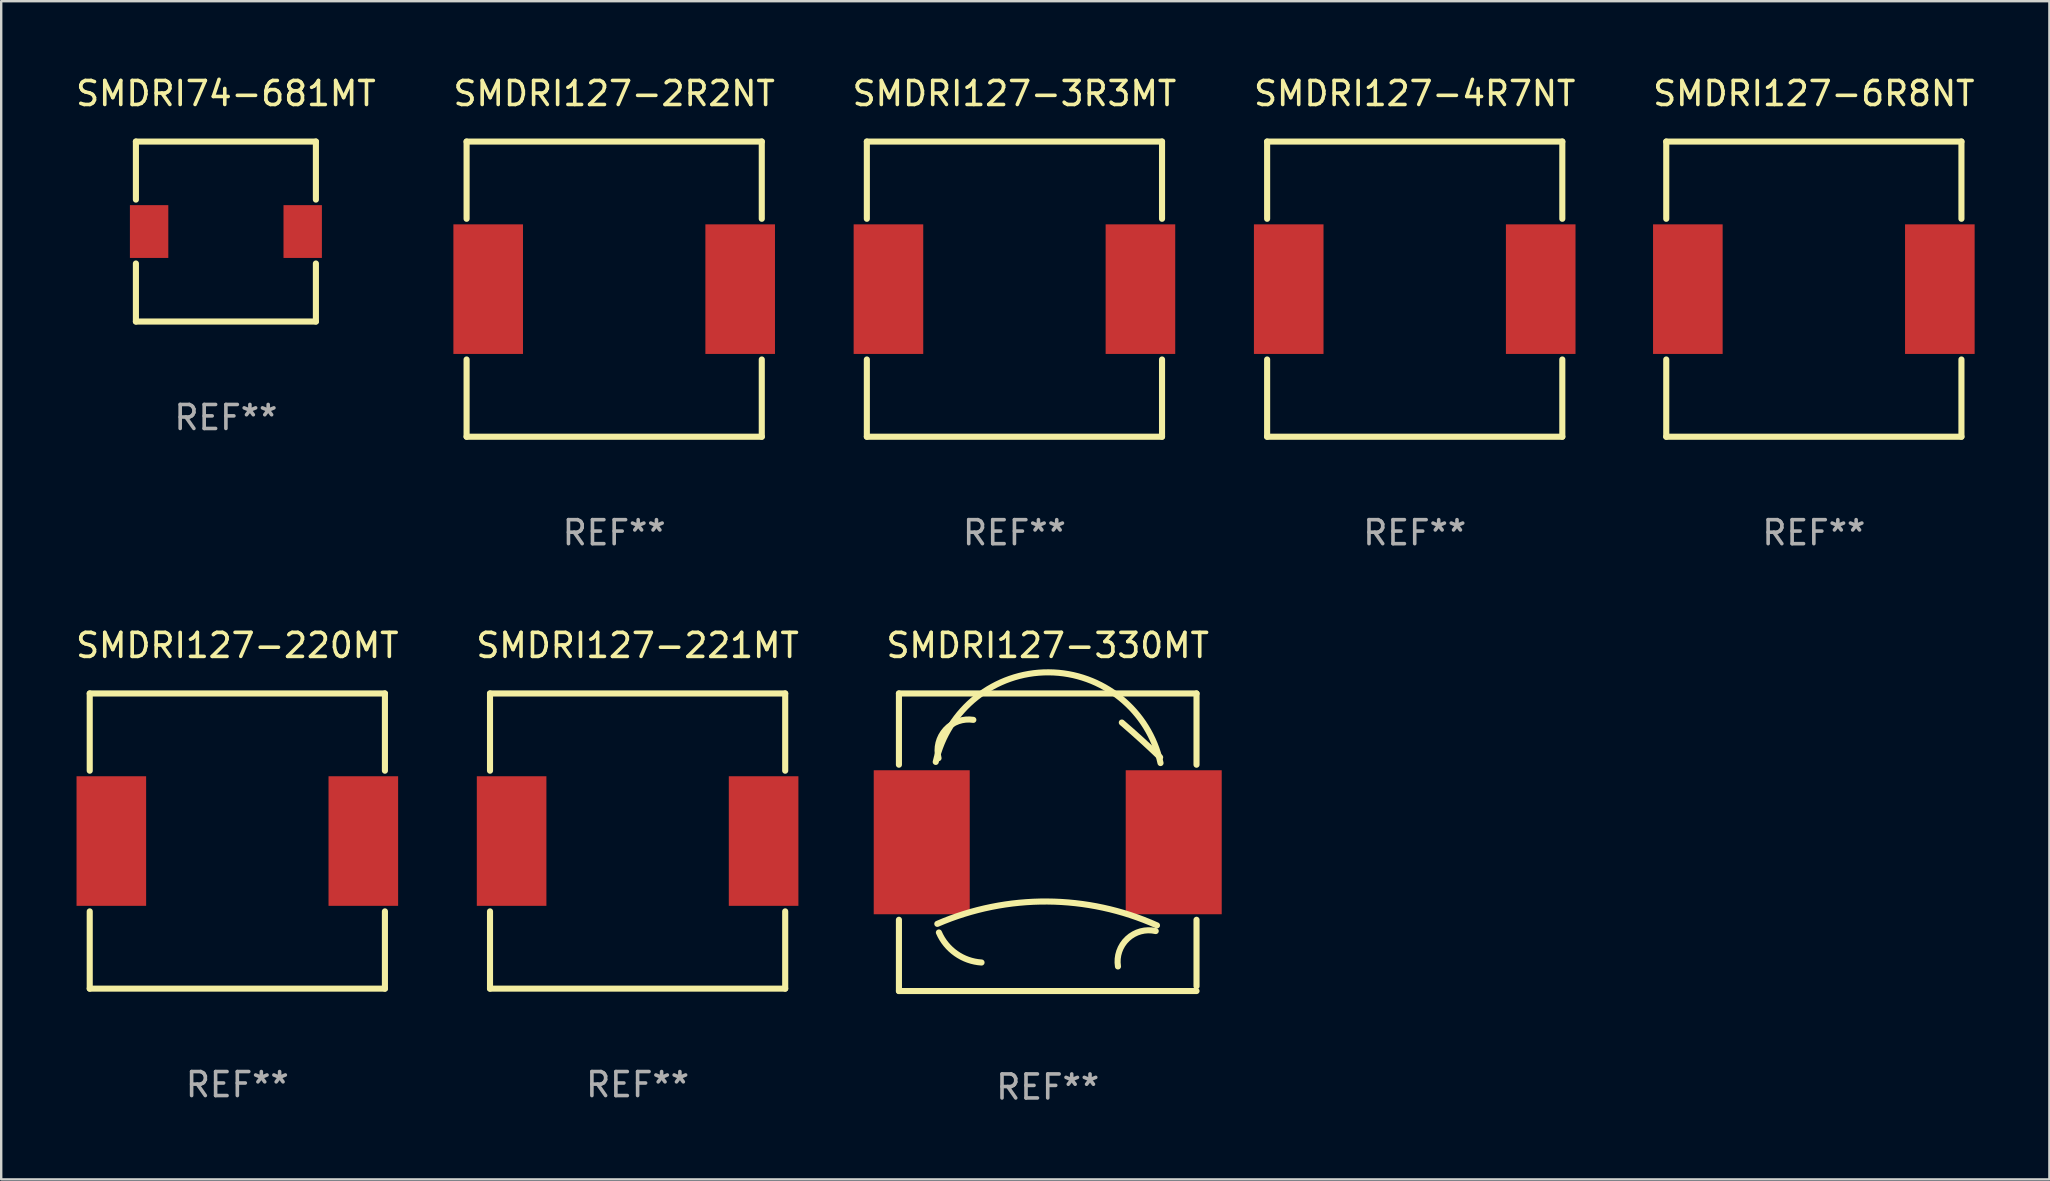
<source format=kicad_pcb>
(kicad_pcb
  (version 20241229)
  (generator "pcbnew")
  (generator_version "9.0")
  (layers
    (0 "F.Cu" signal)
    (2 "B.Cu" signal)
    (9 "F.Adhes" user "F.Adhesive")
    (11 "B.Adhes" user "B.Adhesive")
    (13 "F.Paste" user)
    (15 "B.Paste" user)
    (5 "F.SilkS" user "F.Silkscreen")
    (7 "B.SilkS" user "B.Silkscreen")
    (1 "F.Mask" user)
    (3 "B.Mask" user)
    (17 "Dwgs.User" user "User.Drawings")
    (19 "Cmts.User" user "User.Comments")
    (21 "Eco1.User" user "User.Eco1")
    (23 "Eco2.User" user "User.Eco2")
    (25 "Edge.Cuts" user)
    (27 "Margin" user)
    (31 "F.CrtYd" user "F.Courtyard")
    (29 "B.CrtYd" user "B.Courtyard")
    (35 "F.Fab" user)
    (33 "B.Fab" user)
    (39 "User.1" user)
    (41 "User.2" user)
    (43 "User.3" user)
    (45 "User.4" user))
  (footprint "SMDRI74-681MT"
    (layer "F.Cu")
    (at 6.363 6.598)
    (property "Reference" "SMDRI74-681MT" (at 0 -5.75 0) (layer "F.SilkS") (effects (font (size 1 1) (thickness 0.15))))
    (attr through_hole)
    (fp_line (start -3.75 -3.75) (end -3.75 -1.331) (stroke (width 0.254) (type solid)) (layer "F.SilkS"))
    (fp_line (start -3.75 -3.75) (end 3.75 -3.75) (stroke (width 0.254) (type solid)) (layer "F.SilkS"))
    (fp_line (start -3.75 1.331) (end -3.75 3.75) (stroke (width 0.254) (type solid)) (layer "F.SilkS"))
    (fp_line (start 3.75 -1.331) (end 3.75 -3.75) (stroke (width 0.254) (type solid)) (layer "F.SilkS"))
    (fp_line (start 3.75 3.75) (end -3.75 3.75) (stroke (width 0.254) (type solid)) (layer "F.SilkS"))
    (fp_line (start 3.75 3.75) (end 3.75 1.331) (stroke (width 0.254) (type solid)) (layer "F.SilkS"))
    (fp_circle (center -3.75 3.75) (end -3.72 3.75) (stroke (width 0.06) (type solid)) (fill no) (layer "F.SilkS"))
    (fp_text user "REF**" (at 0 7.75 0) (layer "F.Fab") (effects (font (size 1 1) (thickness 0.15))))
    (pad "1" smd rect (at -3.2 0 90) (size 2.2 1.6) (layers "F.Cu" "F.Mask" "F.Paste"))
    (pad "2" smd rect (at 3.2 0 90) (size 2.2 1.6) (layers "F.Cu" "F.Mask" "F.Paste")))
  (footprint "SMDRI127-6R8NT"
    (layer "F.Cu")
    (at 72.53 8.998)
    (property "Reference" "SMDRI127-6R8NT" (at 0 -8.15 0) (layer "F.SilkS") (effects (font (size 1 1) (thickness 0.15))))
    (attr through_hole)
    (fp_line (start -6.15 -6.15) (end -6.15 -2.931) (stroke (width 0.254) (type solid)) (layer "F.SilkS"))
    (fp_line (start -6.15 -6.15) (end 6.15 -6.15) (stroke (width 0.254) (type solid)) (layer "F.SilkS"))
    (fp_line (start -6.15 2.931) (end -6.15 6.15) (stroke (width 0.254) (type solid)) (layer "F.SilkS"))
    (fp_line (start -6.15 6.15) (end 6.15 6.15) (stroke (width 0.254) (type solid)) (layer "F.SilkS"))
    (fp_line (start 6.15 -2.931) (end 6.15 -6.15) (stroke (width 0.254) (type solid)) (layer "F.SilkS"))
    (fp_line (start 6.15 6.15) (end 6.15 2.931) (stroke (width 0.254) (type solid)) (layer "F.SilkS"))
    (fp_circle (center -6.15 6.15) (end -6.12 6.15) (stroke (width 0.06) (type solid)) (fill no) (layer "F.SilkS"))
    (fp_text user "REF**" (at 0 10.15 0) (layer "F.Fab") (effects (font (size 1 1) (thickness 0.15))))
    (pad "1" smd rect (at -5.25 0) (size 2.9 5.4) (layers "F.Cu" "F.Mask" "F.Paste"))
    (pad "2" smd rect (at 5.25 0) (size 2.9 5.4) (layers "F.Cu" "F.Mask" "F.Paste")))
  (footprint "SMDRI127-221MT"
    (layer "F.Cu")
    (at 23.518 31.995)
    (property "Reference" "SMDRI127-221MT" (at 0 -8.15 0) (layer "F.SilkS") (effects (font (size 1 1) (thickness 0.15))))
    (attr through_hole)
    (fp_line (start -6.15 -6.15) (end -6.15 -2.931) (stroke (width 0.254) (type solid)) (layer "F.SilkS"))
    (fp_line (start -6.15 -6.15) (end 6.15 -6.15) (stroke (width 0.254) (type solid)) (layer "F.SilkS"))
    (fp_line (start -6.15 2.931) (end -6.15 6.15) (stroke (width 0.254) (type solid)) (layer "F.SilkS"))
    (fp_line (start -6.15 6.15) (end 6.15 6.15) (stroke (width 0.254) (type solid)) (layer "F.SilkS"))
    (fp_line (start 6.15 -2.931) (end 6.15 -6.15) (stroke (width 0.254) (type solid)) (layer "F.SilkS"))
    (fp_line (start 6.15 6.15) (end 6.15 2.931) (stroke (width 0.254) (type solid)) (layer "F.SilkS"))
    (fp_circle (center -6.15 6.15) (end -6.12 6.15) (stroke (width 0.06) (type solid)) (fill no) (layer "F.SilkS"))
    (fp_text user "REF**" (at 0 10.15 0) (layer "F.Fab") (effects (font (size 1 1) (thickness 0.15))))
    (pad "1" smd rect (at -5.25 0) (size 2.9 5.4) (layers "F.Cu" "F.Mask" "F.Paste"))
    (pad "2" smd rect (at 5.25 0) (size 2.9 5.4) (layers "F.Cu" "F.Mask" "F.Paste")))
  (footprint "SMDRI127-330MT"
    (layer "F.Cu")
    (at 40.607 32.045)
    (property "Reference" "SMDRI127-330MT" (at 0 -8.2 0) (layer "F.SilkS") (effects (font (size 1 1) (thickness 0.15))))
    (attr through_hole)
    (fp_line (start -6.2 -6.2) (end -6.2 -3.231) (stroke (width 0.254) (type solid)) (layer "F.SilkS"))
    (fp_line (start -6.2 -6.2) (end 6.2 -6.2) (stroke (width 0.254) (type solid)) (layer "F.SilkS"))
    (fp_line (start -6.2 3.231) (end -6.2 6.2) (stroke (width 0.254) (type solid)) (layer "F.SilkS"))
    (fp_line (start -6.2 6.2) (end 6.2 6.2) (stroke (width 0.254) (type solid)) (layer "F.SilkS"))
    (fp_line (start 6.2 -6.2) (end 6.2 -3.231) (stroke (width 0.254) (type solid)) (layer "F.SilkS"))
    (fp_line (start 6.2 3.231) (end 6.2 6) (stroke (width 0.254) (type solid)) (layer "F.SilkS"))
    (fp_arc (start -4.666268 -3.347523) (mid 0.035925 -7.080035) (end 4.7 -3.3) (stroke (width 0.254001) (type solid)) (layer "F.SilkS"))
    (fp_arc (start -4.6 3.4) (mid -0.017181 2.469621) (end 4.552248 3.463678) (stroke (width 0.254001) (type solid)) (layer "F.SilkS"))
    (fp_arc (start -4.54986 -3.504115) (mid -4.254361 -4.692196) (end -3.1 -5.099999) (stroke (width 0.254001) (type solid)) (layer "F.SilkS"))
    (fp_arc (start -2.758293 5.011176) (mid -3.822943 4.635946) (end -4.534316 3.759462) (stroke (width 0.254001) (type solid)) (layer "F.SilkS"))
    (fp_arc (start 2.927153 5.17587) (mid 3.321583 4.020185) (end 4.5 3.7) (stroke (width 0.254001) (type solid)) (layer "F.SilkS"))
    (fp_arc (start 3.08763 -4.988189) (mid 3.895745 -4.274456) (end 4.683515 -3.538329) (stroke (width 0.254001) (type solid)) (layer "F.SilkS"))
    (fp_circle (center -6.15 6.15) (end -6.12 6.15) (stroke (width 0.06) (type solid)) (fill no) (layer "F.SilkS"))
    (fp_text user "REF**" (at 0 10.2 0) (layer "F.Fab") (effects (font (size 1 1) (thickness 0.15))))
    (pad "1" smd rect (at -5.25 0) (size 4 6) (layers "F.Cu" "F.Mask" "F.Paste"))
    (pad "2" smd rect (at 5.25 0) (size 4 6) (layers "F.Cu" "F.Mask" "F.Paste")))
  (footprint "SMDRI127-2R2NT"
    (layer "F.Cu")
    (at 22.542 8.998)
    (property "Reference" "SMDRI127-2R2NT" (at 0 -8.15 0) (layer "F.SilkS") (effects (font (size 1 1) (thickness 0.15))))
    (attr through_hole)
    (fp_line (start -6.15 -6.15) (end -6.15 -2.931) (stroke (width 0.254) (type solid)) (layer "F.SilkS"))
    (fp_line (start -6.15 -6.15) (end 6.15 -6.15) (stroke (width 0.254) (type solid)) (layer "F.SilkS"))
    (fp_line (start -6.15 2.931) (end -6.15 6.15) (stroke (width 0.254) (type solid)) (layer "F.SilkS"))
    (fp_line (start -6.15 6.15) (end 6.15 6.15) (stroke (width 0.254) (type solid)) (layer "F.SilkS"))
    (fp_line (start 6.15 -2.931) (end 6.15 -6.15) (stroke (width 0.254) (type solid)) (layer "F.SilkS"))
    (fp_line (start 6.15 6.15) (end 6.15 2.931) (stroke (width 0.254) (type solid)) (layer "F.SilkS"))
    (fp_circle (center -6.15 6.15) (end -6.12 6.15) (stroke (width 0.06) (type solid)) (fill no) (layer "F.SilkS"))
    (fp_text user "REF**" (at 0 10.15 0) (layer "F.Fab") (effects (font (size 1 1) (thickness 0.15))))
    (pad "1" smd rect (at -5.25 0) (size 2.9 5.4) (layers "F.Cu" "F.Mask" "F.Paste"))
    (pad "2" smd rect (at 5.25 0) (size 2.9 5.4) (layers "F.Cu" "F.Mask" "F.Paste")))
  (footprint "SMDRI127-4R7NT"
    (layer "F.Cu")
    (at 55.899 8.998)
    (property "Reference" "SMDRI127-4R7NT" (at 0 -8.15 0) (layer "F.SilkS") (effects (font (size 1 1) (thickness 0.15))))
    (attr through_hole)
    (fp_line (start -6.15 -6.15) (end -6.15 -2.931) (stroke (width 0.254) (type solid)) (layer "F.SilkS"))
    (fp_line (start -6.15 -6.15) (end 6.15 -6.15) (stroke (width 0.254) (type solid)) (layer "F.SilkS"))
    (fp_line (start -6.15 2.931) (end -6.15 6.15) (stroke (width 0.254) (type solid)) (layer "F.SilkS"))
    (fp_line (start -6.15 6.15) (end 6.15 6.15) (stroke (width 0.254) (type solid)) (layer "F.SilkS"))
    (fp_line (start 6.15 -2.931) (end 6.15 -6.15) (stroke (width 0.254) (type solid)) (layer "F.SilkS"))
    (fp_line (start 6.15 6.15) (end 6.15 2.931) (stroke (width 0.254) (type solid)) (layer "F.SilkS"))
    (fp_circle (center -6.15 6.15) (end -6.12 6.15) (stroke (width 0.06) (type solid)) (fill no) (layer "F.SilkS"))
    (fp_text user "REF**" (at 0 10.15 0) (layer "F.Fab") (effects (font (size 1 1) (thickness 0.15))))
    (pad "1" smd rect (at -5.25 0) (size 2.9 5.4) (layers "F.Cu" "F.Mask" "F.Paste"))
    (pad "2" smd rect (at 5.25 0) (size 2.9 5.4) (layers "F.Cu" "F.Mask" "F.Paste")))
  (footprint "SMDRI127-3R3MT"
    (layer "F.Cu")
    (at 39.22 8.998)
    (property "Reference" "SMDRI127-3R3MT" (at 0 -8.15 0) (layer "F.SilkS") (effects (font (size 1 1) (thickness 0.15))))
    (attr through_hole)
    (fp_line (start -6.15 -6.15) (end -6.15 -2.931) (stroke (width 0.254) (type solid)) (layer "F.SilkS"))
    (fp_line (start -6.15 -6.15) (end 6.15 -6.15) (stroke (width 0.254) (type solid)) (layer "F.SilkS"))
    (fp_line (start -6.15 2.931) (end -6.15 6.15) (stroke (width 0.254) (type solid)) (layer "F.SilkS"))
    (fp_line (start -6.15 6.15) (end 6.15 6.15) (stroke (width 0.254) (type solid)) (layer "F.SilkS"))
    (fp_line (start 6.15 -2.931) (end 6.15 -6.15) (stroke (width 0.254) (type solid)) (layer "F.SilkS"))
    (fp_line (start 6.15 6.15) (end 6.15 2.931) (stroke (width 0.254) (type solid)) (layer "F.SilkS"))
    (fp_circle (center -6.15 6.15) (end -6.12 6.15) (stroke (width 0.06) (type solid)) (fill no) (layer "F.SilkS"))
    (fp_text user "REF**" (at 0 10.15 0) (layer "F.Fab") (effects (font (size 1 1) (thickness 0.15))))
    (pad "1" smd rect (at -5.25 0) (size 2.9 5.4) (layers "F.Cu" "F.Mask" "F.Paste"))
    (pad "2" smd rect (at 5.25 0) (size 2.9 5.4) (layers "F.Cu" "F.Mask" "F.Paste")))
  (footprint "SMDRI127-220MT"
    (layer "F.Cu")
    (at 6.839 31.995)
    (property "Reference" "SMDRI127-220MT" (at 0 -8.15 0) (layer "F.SilkS") (effects (font (size 1 1) (thickness 0.15))))
    (attr through_hole)
    (fp_line (start -6.15 -6.15) (end -6.15 -2.931) (stroke (width 0.254) (type solid)) (layer "F.SilkS"))
    (fp_line (start -6.15 -6.15) (end 6.15 -6.15) (stroke (width 0.254) (type solid)) (layer "F.SilkS"))
    (fp_line (start -6.15 2.931) (end -6.15 6.15) (stroke (width 0.254) (type solid)) (layer "F.SilkS"))
    (fp_line (start -6.15 6.15) (end 6.15 6.15) (stroke (width 0.254) (type solid)) (layer "F.SilkS"))
    (fp_line (start 6.15 -2.931) (end 6.15 -6.15) (stroke (width 0.254) (type solid)) (layer "F.SilkS"))
    (fp_line (start 6.15 6.15) (end 6.15 2.931) (stroke (width 0.254) (type solid)) (layer "F.SilkS"))
    (fp_circle (center -6.15 6.15) (end -6.12 6.15) (stroke (width 0.06) (type solid)) (fill no) (layer "F.SilkS"))
    (fp_text user "REF**" (at 0 10.15 0) (layer "F.Fab") (effects (font (size 1 1) (thickness 0.15))))
    (pad "1" smd rect (at -5.25 0) (size 2.9 5.4) (layers "F.Cu" "F.Mask" "F.Paste"))
    (pad "2" smd rect (at 5.25 0) (size 2.9 5.4) (layers "F.Cu" "F.Mask" "F.Paste")))
  (gr_rect
    (start -3 -3)
    (end 82.345 46.093)
    (stroke (width 0.1) (type default))
    (fill no)
    (layer "Edge.Cuts")))
</source>
